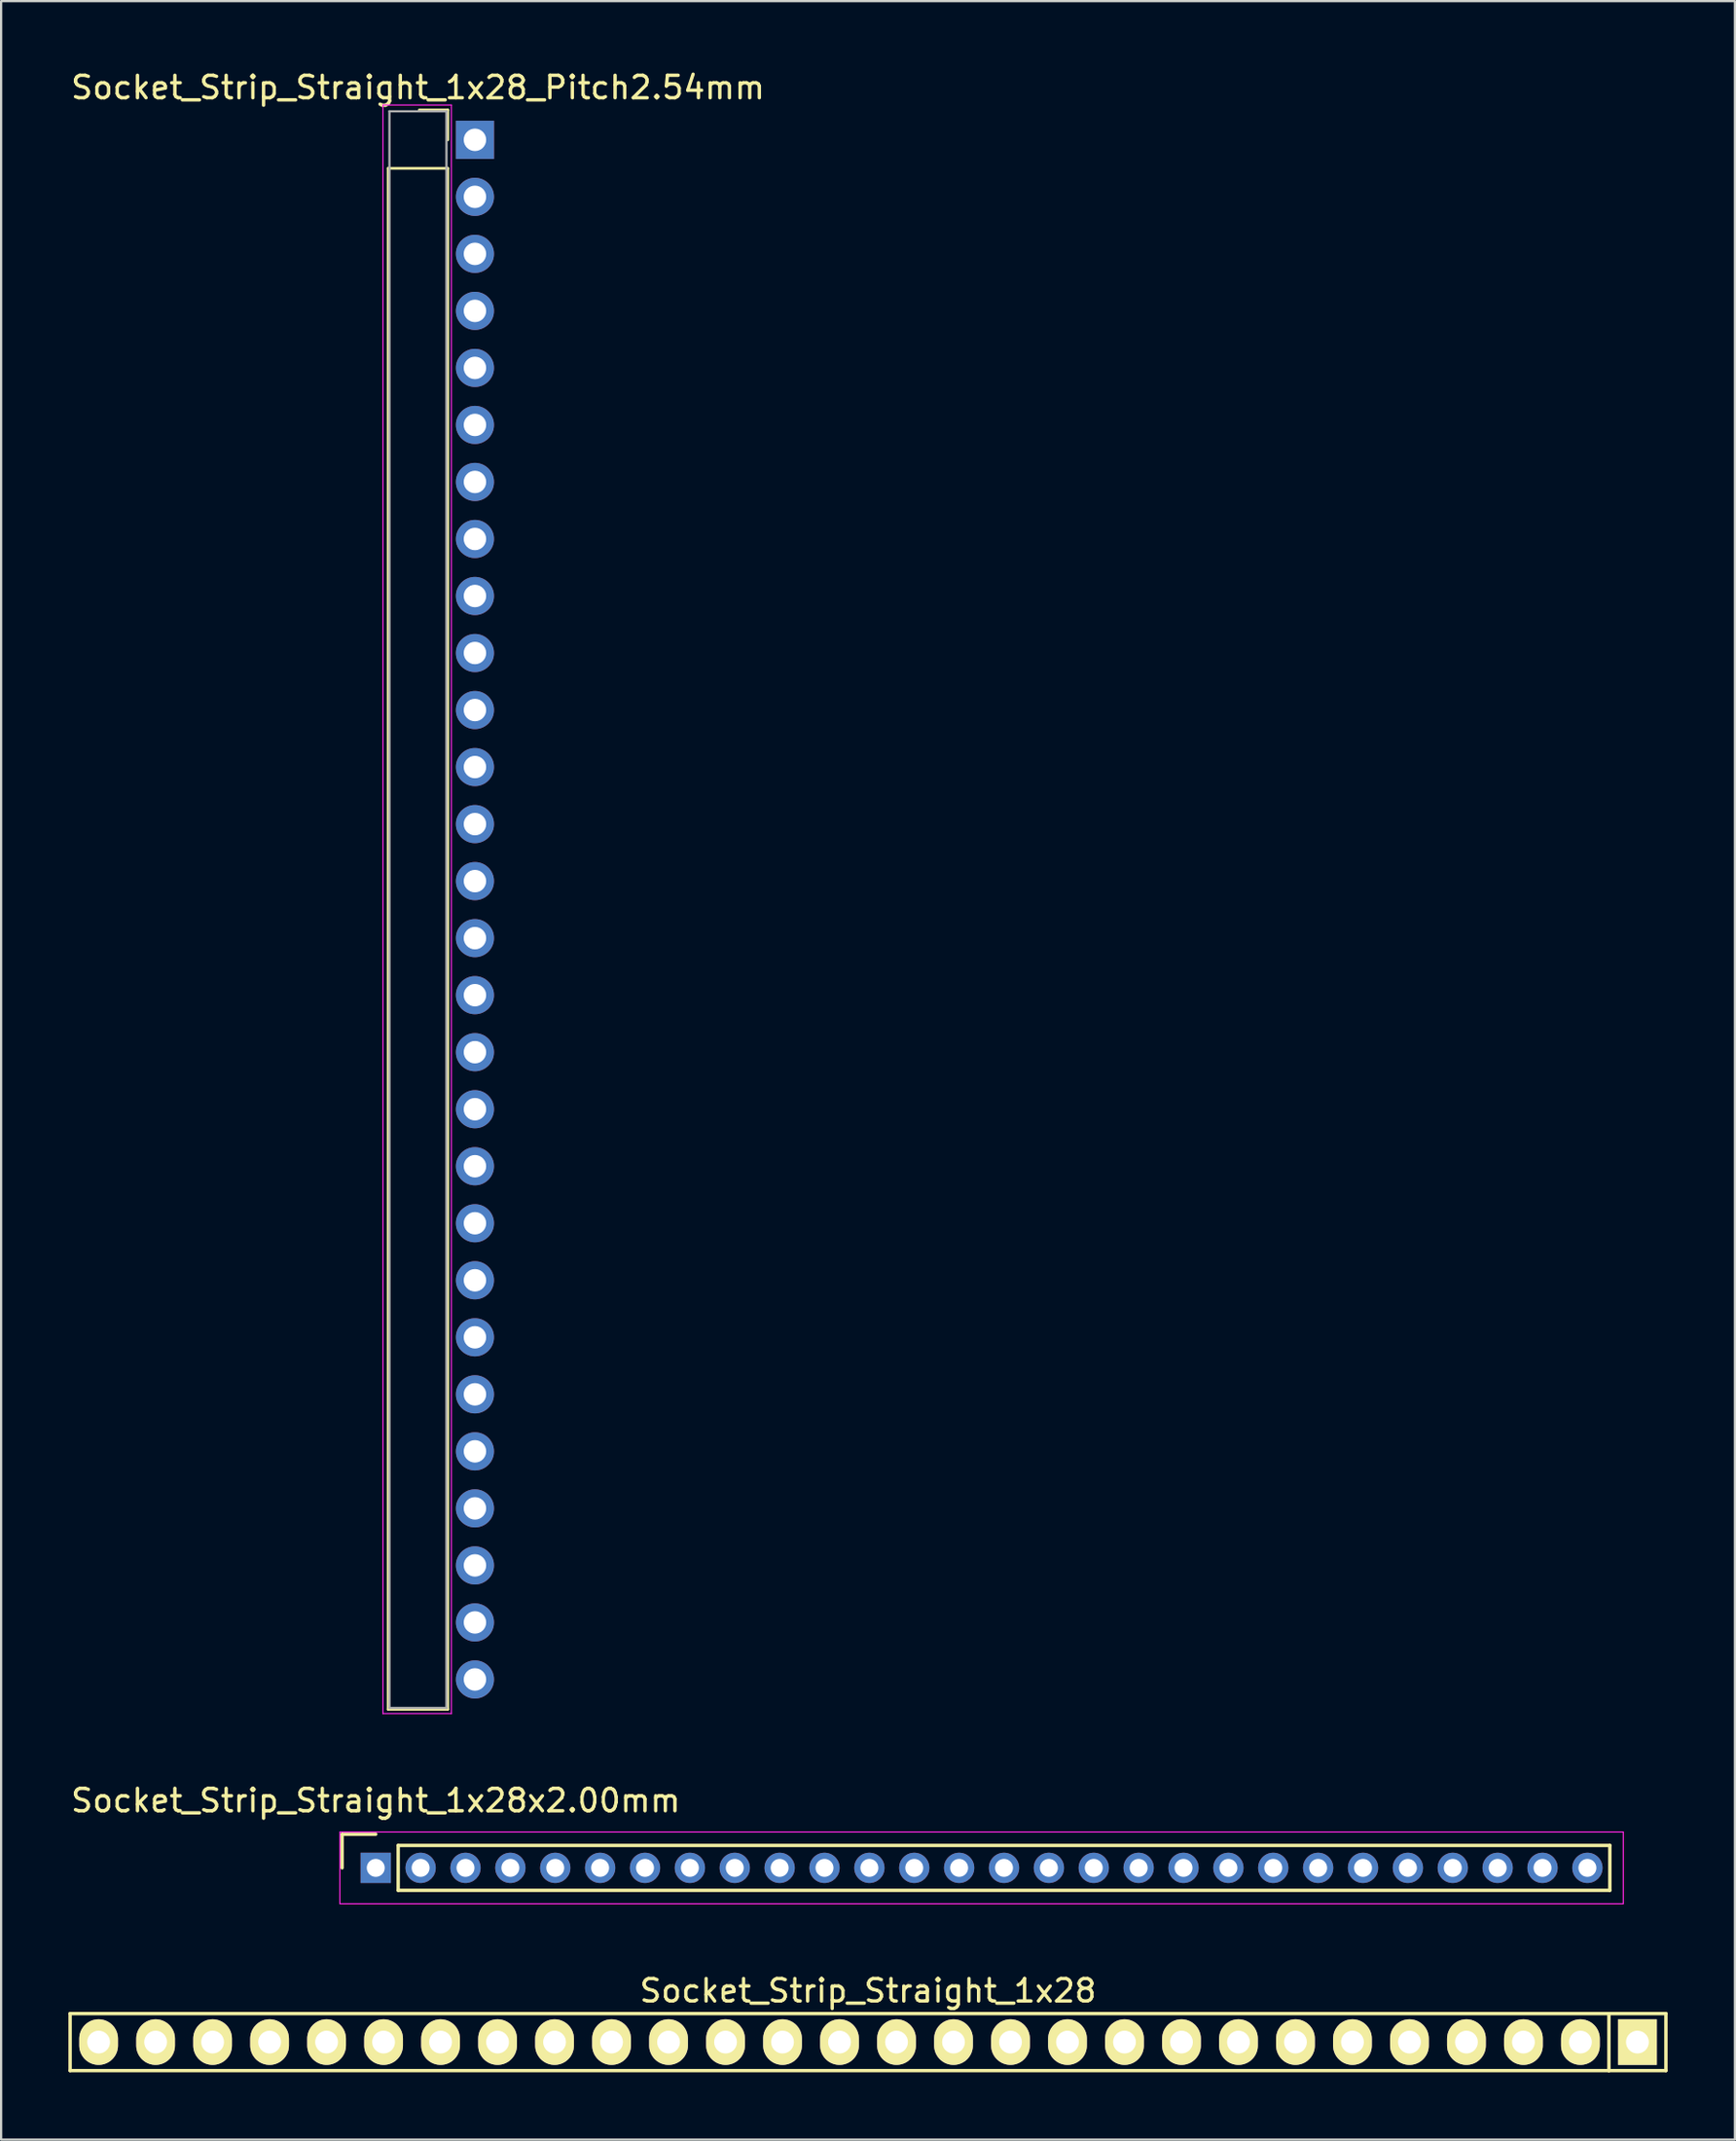
<source format=kicad_pcb>
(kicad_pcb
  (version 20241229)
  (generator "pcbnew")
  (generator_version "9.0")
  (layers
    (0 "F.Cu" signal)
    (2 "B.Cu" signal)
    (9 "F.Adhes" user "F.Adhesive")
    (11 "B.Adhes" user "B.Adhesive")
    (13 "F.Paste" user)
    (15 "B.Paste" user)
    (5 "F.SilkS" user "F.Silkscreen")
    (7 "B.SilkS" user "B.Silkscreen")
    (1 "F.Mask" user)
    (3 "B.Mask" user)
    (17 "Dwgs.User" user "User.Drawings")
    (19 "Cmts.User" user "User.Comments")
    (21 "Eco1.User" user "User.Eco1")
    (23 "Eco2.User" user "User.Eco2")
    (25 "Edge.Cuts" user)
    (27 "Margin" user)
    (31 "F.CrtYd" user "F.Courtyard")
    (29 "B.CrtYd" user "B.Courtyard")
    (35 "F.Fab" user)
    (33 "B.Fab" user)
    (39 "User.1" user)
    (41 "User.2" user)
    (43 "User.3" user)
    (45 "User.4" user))
  (footprint "Socket_Strip_Straight_1x28"
    (layer "F.Cu")
    (at 35.635 87.911)
    (property "Reference" "Socket_Strip_Straight_1x28" (at 0 -2.286 0) (layer "F.SilkS") (effects (font (size 1 1) (thickness 0.15))))
    (attr through_hole)
    (fp_line (start -35.56 -1.27) (end 33.02 -1.27) (stroke (width 0.15) (type solid)) (layer "F.SilkS"))
    (fp_line (start -35.56 1.27) (end -35.56 -1.27) (stroke (width 0.15) (type solid)) (layer "F.SilkS"))
    (fp_line (start 33.02 -1.27) (end 33.02 1.27) (stroke (width 0.15) (type solid)) (layer "F.SilkS"))
    (fp_line (start 33.02 1.27) (end -35.56 1.27) (stroke (width 0.15) (type solid)) (layer "F.SilkS"))
    (fp_line (start 35.56 -1.27) (end 33.02 -1.27) (stroke (width 0.15) (type solid)) (layer "F.SilkS"))
    (fp_line (start 35.56 -1.27) (end 35.56 1.27) (stroke (width 0.15) (type solid)) (layer "F.SilkS"))
    (fp_line (start 35.56 1.27) (end 33.02 1.27) (stroke (width 0.15) (type solid)) (layer "F.SilkS"))
    (pad "1" thru_hole rect (at 34.29 0 180) (size 1.727 2.032) (drill 1.016) (layers "*.Cu" "*.Mask" "F.SilkS"))
    (pad "2" thru_hole oval (at 31.75 0 180) (size 1.727 2.032) (drill 1.016) (layers "*.Cu" "*.Mask" "F.SilkS"))
    (pad "3" thru_hole oval (at 29.21 0 180) (size 1.727 2.032) (drill 1.016) (layers "*.Cu" "*.Mask" "F.SilkS"))
    (pad "4" thru_hole oval (at 26.67 0 180) (size 1.727 2.032) (drill 1.016) (layers "*.Cu" "*.Mask" "F.SilkS"))
    (pad "5" thru_hole oval (at 24.13 0 180) (size 1.727 2.032) (drill 1.016) (layers "*.Cu" "*.Mask" "F.SilkS"))
    (pad "6" thru_hole oval (at 21.59 0 180) (size 1.727 2.032) (drill 1.016) (layers "*.Cu" "*.Mask" "F.SilkS"))
    (pad "7" thru_hole oval (at 19.05 0 180) (size 1.727 2.032) (drill 1.016) (layers "*.Cu" "*.Mask" "F.SilkS"))
    (pad "8" thru_hole oval (at 16.51 0 180) (size 1.727 2.032) (drill 1.016) (layers "*.Cu" "*.Mask" "F.SilkS"))
    (pad "9" thru_hole oval (at 13.97 0 180) (size 1.727 2.032) (drill 1.016) (layers "*.Cu" "*.Mask" "F.SilkS"))
    (pad "10" thru_hole oval (at 11.43 0 180) (size 1.727 2.032) (drill 1.016) (layers "*.Cu" "*.Mask" "F.SilkS"))
    (pad "11" thru_hole oval (at 8.89 0 180) (size 1.727 2.032) (drill 1.016) (layers "*.Cu" "*.Mask" "F.SilkS"))
    (pad "12" thru_hole oval (at 6.35 0 180) (size 1.727 2.032) (drill 1.016) (layers "*.Cu" "*.Mask" "F.SilkS"))
    (pad "13" thru_hole oval (at 3.81 0 180) (size 1.727 2.032) (drill 1.016) (layers "*.Cu" "*.Mask" "F.SilkS"))
    (pad "14" thru_hole oval (at 1.27 0 180) (size 1.727 2.032) (drill 1.016) (layers "*.Cu" "*.Mask" "F.SilkS"))
    (pad "15" thru_hole oval (at -1.27 0 180) (size 1.727 2.032) (drill 1.016) (layers "*.Cu" "*.Mask" "F.SilkS"))
    (pad "16" thru_hole oval (at -3.81 0 180) (size 1.727 2.032) (drill 1.016) (layers "*.Cu" "*.Mask" "F.SilkS"))
    (pad "17" thru_hole oval (at -6.35 0 180) (size 1.727 2.032) (drill 1.016) (layers "*.Cu" "*.Mask" "F.SilkS"))
    (pad "18" thru_hole oval (at -8.89 0 180) (size 1.727 2.032) (drill 1.016) (layers "*.Cu" "*.Mask" "F.SilkS"))
    (pad "19" thru_hole oval (at -11.43 0 180) (size 1.727 2.032) (drill 1.016) (layers "*.Cu" "*.Mask" "F.SilkS"))
    (pad "20" thru_hole oval (at -13.97 0 180) (size 1.727 2.032) (drill 1.016) (layers "*.Cu" "*.Mask" "F.SilkS"))
    (pad "21" thru_hole oval (at -16.51 0 180) (size 1.727 2.032) (drill 1.016) (layers "*.Cu" "*.Mask" "F.SilkS"))
    (pad "22" thru_hole oval (at -19.05 0 180) (size 1.727 2.032) (drill 1.016) (layers "*.Cu" "*.Mask" "F.SilkS"))
    (pad "23" thru_hole oval (at -21.59 0 180) (size 1.727 2.032) (drill 1.016) (layers "*.Cu" "*.Mask" "F.SilkS"))
    (pad "24" thru_hole oval (at -24.13 0 180) (size 1.727 2.032) (drill 1.016) (layers "*.Cu" "*.Mask" "F.SilkS"))
    (pad "25" thru_hole oval (at -26.67 0 180) (size 1.727 2.032) (drill 1.016) (layers "*.Cu" "*.Mask" "F.SilkS"))
    (pad "26" thru_hole oval (at -29.21 0 180) (size 1.727 2.032) (drill 1.016) (layers "*.Cu" "*.Mask" "F.SilkS"))
    (pad "27" thru_hole oval (at -31.75 0 180) (size 1.727 2.032) (drill 1.016) (layers "*.Cu" "*.Mask" "F.SilkS"))
    (pad "28" thru_hole oval (at -34.29 0 180) (size 1.727 2.032) (drill 1.016) (layers "*.Cu" "*.Mask" "F.SilkS")))
  (footprint "Socket_Strip_Straight_1x28x2.00mm"
    (layer "F.Cu")
    (at 13.696 80.151)
    (property "Reference" "Socket_Strip_Straight_1x28x2.00mm" (at 0 -3 0) (layer "F.SilkS") (effects (font (size 1 1) (thickness 0.15))))
    (attr through_hole)
    (fp_line (start -1.5 -1.5) (end -1.5 0) (stroke (width 0.15) (type solid)) (layer "F.SilkS"))
    (fp_line (start 0 -1.5) (end -1.5 -1.5) (stroke (width 0.15) (type solid)) (layer "F.SilkS"))
    (fp_line (start 1 -1) (end 1 1) (stroke (width 0.15) (type solid)) (layer "F.SilkS"))
    (fp_line (start 1 1) (end 55 1) (stroke (width 0.15) (type solid)) (layer "F.SilkS"))
    (fp_line (start 55 -1) (end 1 -1) (stroke (width 0.15) (type solid)) (layer "F.SilkS"))
    (fp_line (start 55 1) (end 55 -1) (stroke (width 0.15) (type solid)) (layer "F.SilkS"))
    (fp_line (start -1.6 -1.6) (end -1.6 1.6) (stroke (width 0.05) (type solid)) (layer "F.CrtYd"))
    (fp_line (start -1.6 1.6) (end 55.6 1.6) (stroke (width 0.05) (type solid)) (layer "F.CrtYd"))
    (fp_line (start 55.6 -1.6) (end -1.6 -1.6) (stroke (width 0.05) (type solid)) (layer "F.CrtYd"))
    (fp_line (start 55.6 1.6) (end 55.6 -1.6) (stroke (width 0.05) (type solid)) (layer "F.CrtYd"))
    (pad "1" thru_hole rect (at 0 0) (size 1.35 1.35) (drill 0.8) (layers "*.Cu" "*.Mask"))
    (pad "2" thru_hole circle (at 2 0) (size 1.35 1.35) (drill 0.8) (layers "*.Cu" "*.Mask"))
    (pad "3" thru_hole circle (at 4 0) (size 1.35 1.35) (drill 0.8) (layers "*.Cu" "*.Mask"))
    (pad "4" thru_hole circle (at 6 0) (size 1.35 1.35) (drill 0.8) (layers "*.Cu" "*.Mask"))
    (pad "5" thru_hole circle (at 8 0) (size 1.35 1.35) (drill 0.8) (layers "*.Cu" "*.Mask"))
    (pad "6" thru_hole circle (at 10 0) (size 1.35 1.35) (drill 0.8) (layers "*.Cu" "*.Mask"))
    (pad "7" thru_hole circle (at 12 0) (size 1.35 1.35) (drill 0.8) (layers "*.Cu" "*.Mask"))
    (pad "8" thru_hole circle (at 14 0) (size 1.35 1.35) (drill 0.8) (layers "*.Cu" "*.Mask"))
    (pad "9" thru_hole circle (at 16 0) (size 1.35 1.35) (drill 0.8) (layers "*.Cu" "*.Mask"))
    (pad "10" thru_hole circle (at 18 0) (size 1.35 1.35) (drill 0.8) (layers "*.Cu" "*.Mask"))
    (pad "11" thru_hole circle (at 20 0) (size 1.35 1.35) (drill 0.8) (layers "*.Cu" "*.Mask"))
    (pad "12" thru_hole circle (at 22 0) (size 1.35 1.35) (drill 0.8) (layers "*.Cu" "*.Mask"))
    (pad "13" thru_hole circle (at 24 0) (size 1.35 1.35) (drill 0.8) (layers "*.Cu" "*.Mask"))
    (pad "14" thru_hole circle (at 26 0) (size 1.35 1.35) (drill 0.8) (layers "*.Cu" "*.Mask"))
    (pad "15" thru_hole circle (at 28 0) (size 1.35 1.35) (drill 0.8) (layers "*.Cu" "*.Mask"))
    (pad "16" thru_hole circle (at 30 0) (size 1.35 1.35) (drill 0.8) (layers "*.Cu" "*.Mask"))
    (pad "17" thru_hole circle (at 32 0) (size 1.35 1.35) (drill 0.8) (layers "*.Cu" "*.Mask"))
    (pad "18" thru_hole circle (at 34 0) (size 1.35 1.35) (drill 0.8) (layers "*.Cu" "*.Mask"))
    (pad "19" thru_hole circle (at 36 0) (size 1.35 1.35) (drill 0.8) (layers "*.Cu" "*.Mask"))
    (pad "20" thru_hole circle (at 38 0) (size 1.35 1.35) (drill 0.8) (layers "*.Cu" "*.Mask"))
    (pad "21" thru_hole circle (at 40 0) (size 1.35 1.35) (drill 0.8) (layers "*.Cu" "*.Mask"))
    (pad "22" thru_hole circle (at 42 0) (size 1.35 1.35) (drill 0.8) (layers "*.Cu" "*.Mask"))
    (pad "23" thru_hole circle (at 44 0) (size 1.35 1.35) (drill 0.8) (layers "*.Cu" "*.Mask"))
    (pad "24" thru_hole circle (at 46 0) (size 1.35 1.35) (drill 0.8) (layers "*.Cu" "*.Mask"))
    (pad "25" thru_hole circle (at 48 0) (size 1.35 1.35) (drill 0.8) (layers "*.Cu" "*.Mask"))
    (pad "26" thru_hole circle (at 50 0) (size 1.35 1.35) (drill 0.8) (layers "*.Cu" "*.Mask"))
    (pad "27" thru_hole circle (at 52 0) (size 1.35 1.35) (drill 0.8) (layers "*.Cu" "*.Mask"))
    (pad "28" thru_hole circle (at 54 0) (size 1.35 1.35) (drill 0.8) (layers "*.Cu" "*.Mask")))
  (footprint "Socket_Strip_Straight_1x28_Pitch2.54mm"
    (layer "F.Cu")
    (at 18.117 3.178)
    (property "Reference" "Socket_Strip_Straight_1x28_Pitch2.54mm" (at -2.54 -2.33 0) (layer "F.SilkS") (effects (font (size 1 1) (thickness 0.15))))
    (attr through_hole)
    (fp_line (start -3.87 1.27) (end -3.87 69.91) (stroke (width 0.12) (type solid)) (layer "F.SilkS"))
    (fp_line (start -3.87 69.91) (end -1.21 69.91) (stroke (width 0.12) (type solid)) (layer "F.SilkS"))
    (fp_line (start -1.21 -1.33) (end -2.48 -1.33) (stroke (width 0.12) (type solid)) (layer "F.SilkS"))
    (fp_line (start -1.21 0) (end -1.21 -1.33) (stroke (width 0.12) (type solid)) (layer "F.SilkS"))
    (fp_line (start -1.21 1.27) (end -3.87 1.27) (stroke (width 0.12) (type solid)) (layer "F.SilkS"))
    (fp_line (start -1.21 69.91) (end -1.21 1.27) (stroke (width 0.12) (type solid)) (layer "F.SilkS"))
    (fp_line (start -4.1 -1.55) (end -4.1 70.1) (stroke (width 0.05) (type solid)) (layer "F.CrtYd"))
    (fp_line (start -4.1 70.1) (end -1.05 70.1) (stroke (width 0.05) (type solid)) (layer "F.CrtYd"))
    (fp_line (start -1.05 -1.55) (end -4.1 -1.55) (stroke (width 0.05) (type solid)) (layer "F.CrtYd"))
    (fp_line (start -1.05 70.1) (end -1.05 -1.55) (stroke (width 0.05) (type solid)) (layer "F.CrtYd"))
    (fp_line (start -3.81 -1.27) (end -3.81 69.85) (stroke (width 0.1) (type solid)) (layer "F.Fab"))
    (fp_line (start -3.81 69.85) (end -1.27 69.85) (stroke (width 0.1) (type solid)) (layer "F.Fab"))
    (fp_line (start -1.27 -1.27) (end -3.81 -1.27) (stroke (width 0.1) (type solid)) (layer "F.Fab"))
    (fp_line (start -1.27 69.85) (end -1.27 -1.27) (stroke (width 0.1) (type solid)) (layer "F.Fab"))
    (pad "1" thru_hole rect (at 0 0) (size 1.7 1.7) (drill 1) (layers "*.Cu" "*.Mask"))
    (pad "2" thru_hole oval (at 0 2.54) (size 1.7 1.7) (drill 1) (layers "*.Cu" "*.Mask"))
    (pad "3" thru_hole oval (at 0 5.08) (size 1.7 1.7) (drill 1) (layers "*.Cu" "*.Mask"))
    (pad "4" thru_hole oval (at 0 7.62) (size 1.7 1.7) (drill 1) (layers "*.Cu" "*.Mask"))
    (pad "5" thru_hole oval (at 0 10.16) (size 1.7 1.7) (drill 1) (layers "*.Cu" "*.Mask"))
    (pad "6" thru_hole oval (at 0 12.7) (size 1.7 1.7) (drill 1) (layers "*.Cu" "*.Mask"))
    (pad "7" thru_hole oval (at 0 15.24) (size 1.7 1.7) (drill 1) (layers "*.Cu" "*.Mask"))
    (pad "8" thru_hole oval (at 0 17.78) (size 1.7 1.7) (drill 1) (layers "*.Cu" "*.Mask"))
    (pad "9" thru_hole oval (at 0 20.32) (size 1.7 1.7) (drill 1) (layers "*.Cu" "*.Mask"))
    (pad "10" thru_hole oval (at 0 22.86) (size 1.7 1.7) (drill 1) (layers "*.Cu" "*.Mask"))
    (pad "11" thru_hole oval (at 0 25.4) (size 1.7 1.7) (drill 1) (layers "*.Cu" "*.Mask"))
    (pad "12" thru_hole oval (at 0 27.94) (size 1.7 1.7) (drill 1) (layers "*.Cu" "*.Mask"))
    (pad "13" thru_hole oval (at 0 30.48) (size 1.7 1.7) (drill 1) (layers "*.Cu" "*.Mask"))
    (pad "14" thru_hole oval (at 0 33.02) (size 1.7 1.7) (drill 1) (layers "*.Cu" "*.Mask"))
    (pad "15" thru_hole oval (at 0 35.56) (size 1.7 1.7) (drill 1) (layers "*.Cu" "*.Mask"))
    (pad "16" thru_hole oval (at 0 38.1) (size 1.7 1.7) (drill 1) (layers "*.Cu" "*.Mask"))
    (pad "17" thru_hole oval (at 0 40.64) (size 1.7 1.7) (drill 1) (layers "*.Cu" "*.Mask"))
    (pad "18" thru_hole oval (at 0 43.18) (size 1.7 1.7) (drill 1) (layers "*.Cu" "*.Mask"))
    (pad "19" thru_hole oval (at 0 45.72) (size 1.7 1.7) (drill 1) (layers "*.Cu" "*.Mask"))
    (pad "20" thru_hole oval (at 0 48.26) (size 1.7 1.7) (drill 1) (layers "*.Cu" "*.Mask"))
    (pad "21" thru_hole oval (at 0 50.8) (size 1.7 1.7) (drill 1) (layers "*.Cu" "*.Mask"))
    (pad "22" thru_hole oval (at 0 53.34) (size 1.7 1.7) (drill 1) (layers "*.Cu" "*.Mask"))
    (pad "23" thru_hole oval (at 0 55.88) (size 1.7 1.7) (drill 1) (layers "*.Cu" "*.Mask"))
    (pad "24" thru_hole oval (at 0 58.42) (size 1.7 1.7) (drill 1) (layers "*.Cu" "*.Mask"))
    (pad "25" thru_hole oval (at 0 60.96) (size 1.7 1.7) (drill 1) (layers "*.Cu" "*.Mask"))
    (pad "26" thru_hole oval (at 0 63.5) (size 1.7 1.7) (drill 1) (layers "*.Cu" "*.Mask"))
    (pad "27" thru_hole oval (at 0 66.04) (size 1.7 1.7) (drill 1) (layers "*.Cu" "*.Mask"))
    (pad "28" thru_hole oval (at 0 68.58) (size 1.7 1.7) (drill 1) (layers "*.Cu" "*.Mask")))
  (gr_rect
    (start -3 -3)
    (end 74.27 92.256)
    (stroke (width 0.1) (type default))
    (fill no)
    (layer "Edge.Cuts")))
</source>
